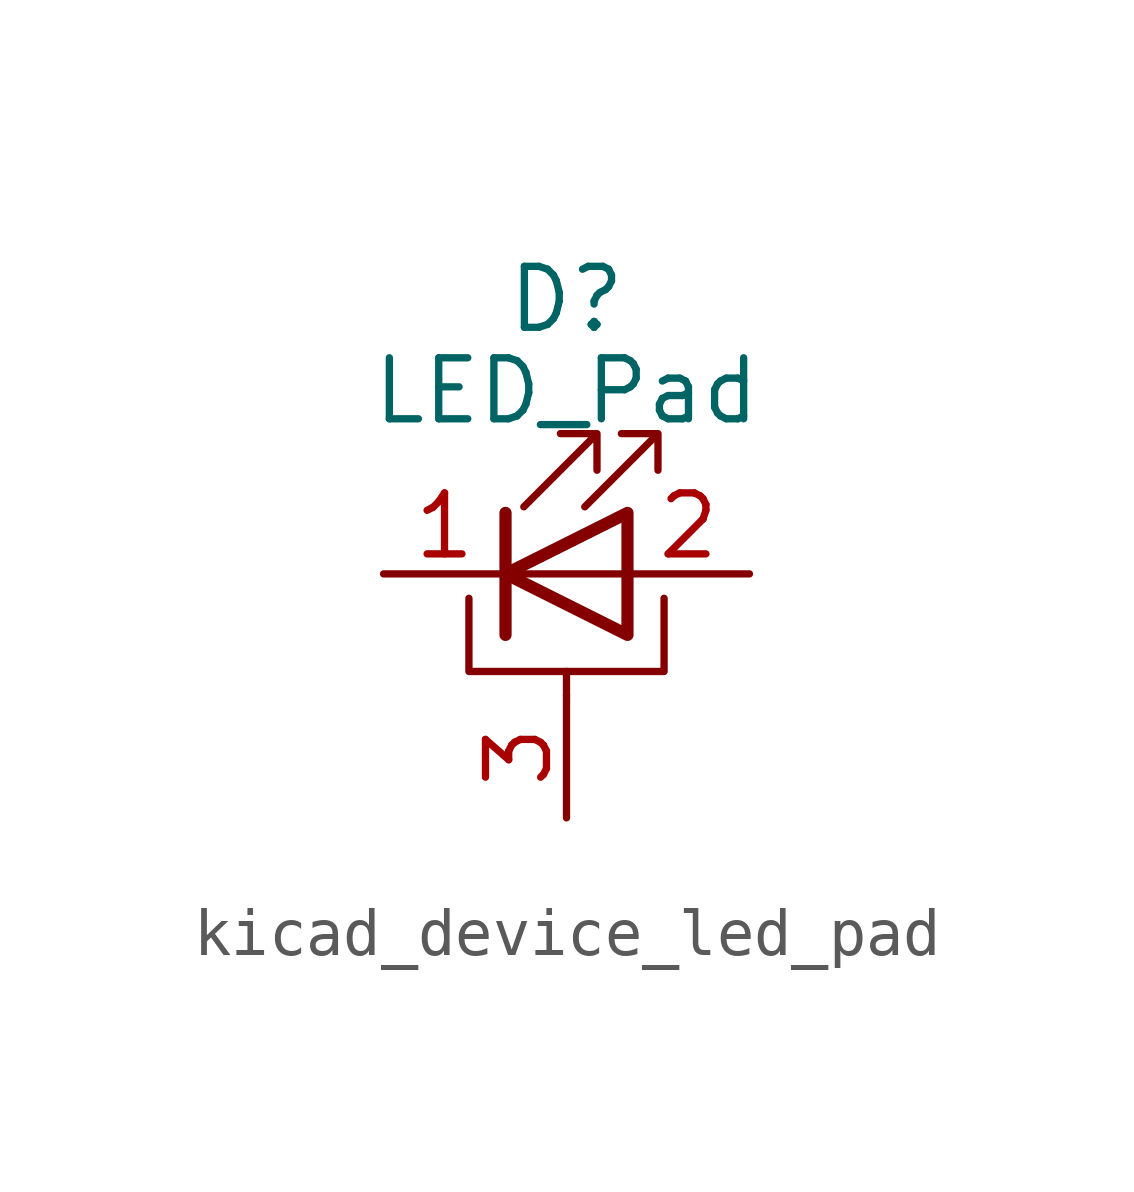
<source format=kicad_sym>
(kicad_symbol_lib
  (version 20220914)
  (generator kicad_symbol_editor)
  (symbol "kicad_device_led_pad"
    (pin_names
      (offset 1.016) hide)
    (property "Reference" "D"
      (at 0 5.715 0)
      (effects (font (size 1.27 1.27))))
    (property "Value" "LED_Pad"
      (at 0 3.81 0)
      (effects (font (size 1.27 1.27))))
    (symbol "kicad_device_led_pad_0_1"
      (polyline (pts (xy -1.27 -1.27) (xy -1.27 1.27)) (stroke (width 0.254) (type default)) (fill (type none)))
      (polyline (pts (xy -1.27 0) (xy 1.27 0)) (stroke (width 0) (type default)) (fill (type none)))
      (polyline (pts (xy 0 -2.54) (xy 0 -2.032)) (stroke (width 0) (type default)) (fill (type none)))
      (polyline (pts (xy -2.032 -0.508) (xy -2.032 -2.032) (xy 2.032 -2.032) (xy 2.032 -0.508)) (stroke (width 0) (type default)) (fill (type none)))
      (polyline (pts (xy 1.27 -1.27) (xy 1.27 1.27) (xy -1.27 0) (xy 1.27 -1.27)) (stroke (width 0.254) (type default)) (fill (type none)))
      (polyline (pts (xy -0.889 1.397) (xy 0.635 2.921) (xy -0.127 2.921) (xy 0.635 2.921) (xy 0.635 2.159)) (stroke (width 0) (type default)) (fill (type none)))
      (polyline (pts (xy 0.381 1.397) (xy 1.905 2.921) (xy 1.143 2.921) (xy 1.905 2.921) (xy 1.905 2.159)) (stroke (width 0) (type default)) (fill (type none))))
    (symbol "kicad_device_led_pad_1_1"
      (pin passive line (at -3.81 0 0) (length 2.54) (name "K" (effects (font (size 1.27 1.27)))) (number "1" (effects (font (size 1.27 1.27)))))
      (pin passive line (at 3.81 0 180) (length 2.54) (name "A" (effects (font (size 1.27 1.27)))) (number "2" (effects (font (size 1.27 1.27)))))
      (pin passive line (at 0 -5.08 90) (length 2.54) (name "PAD" (effects (font (size 1.27 1.27)))) (number "3" (effects (font (size 1.27 1.27))))))))
</source>
